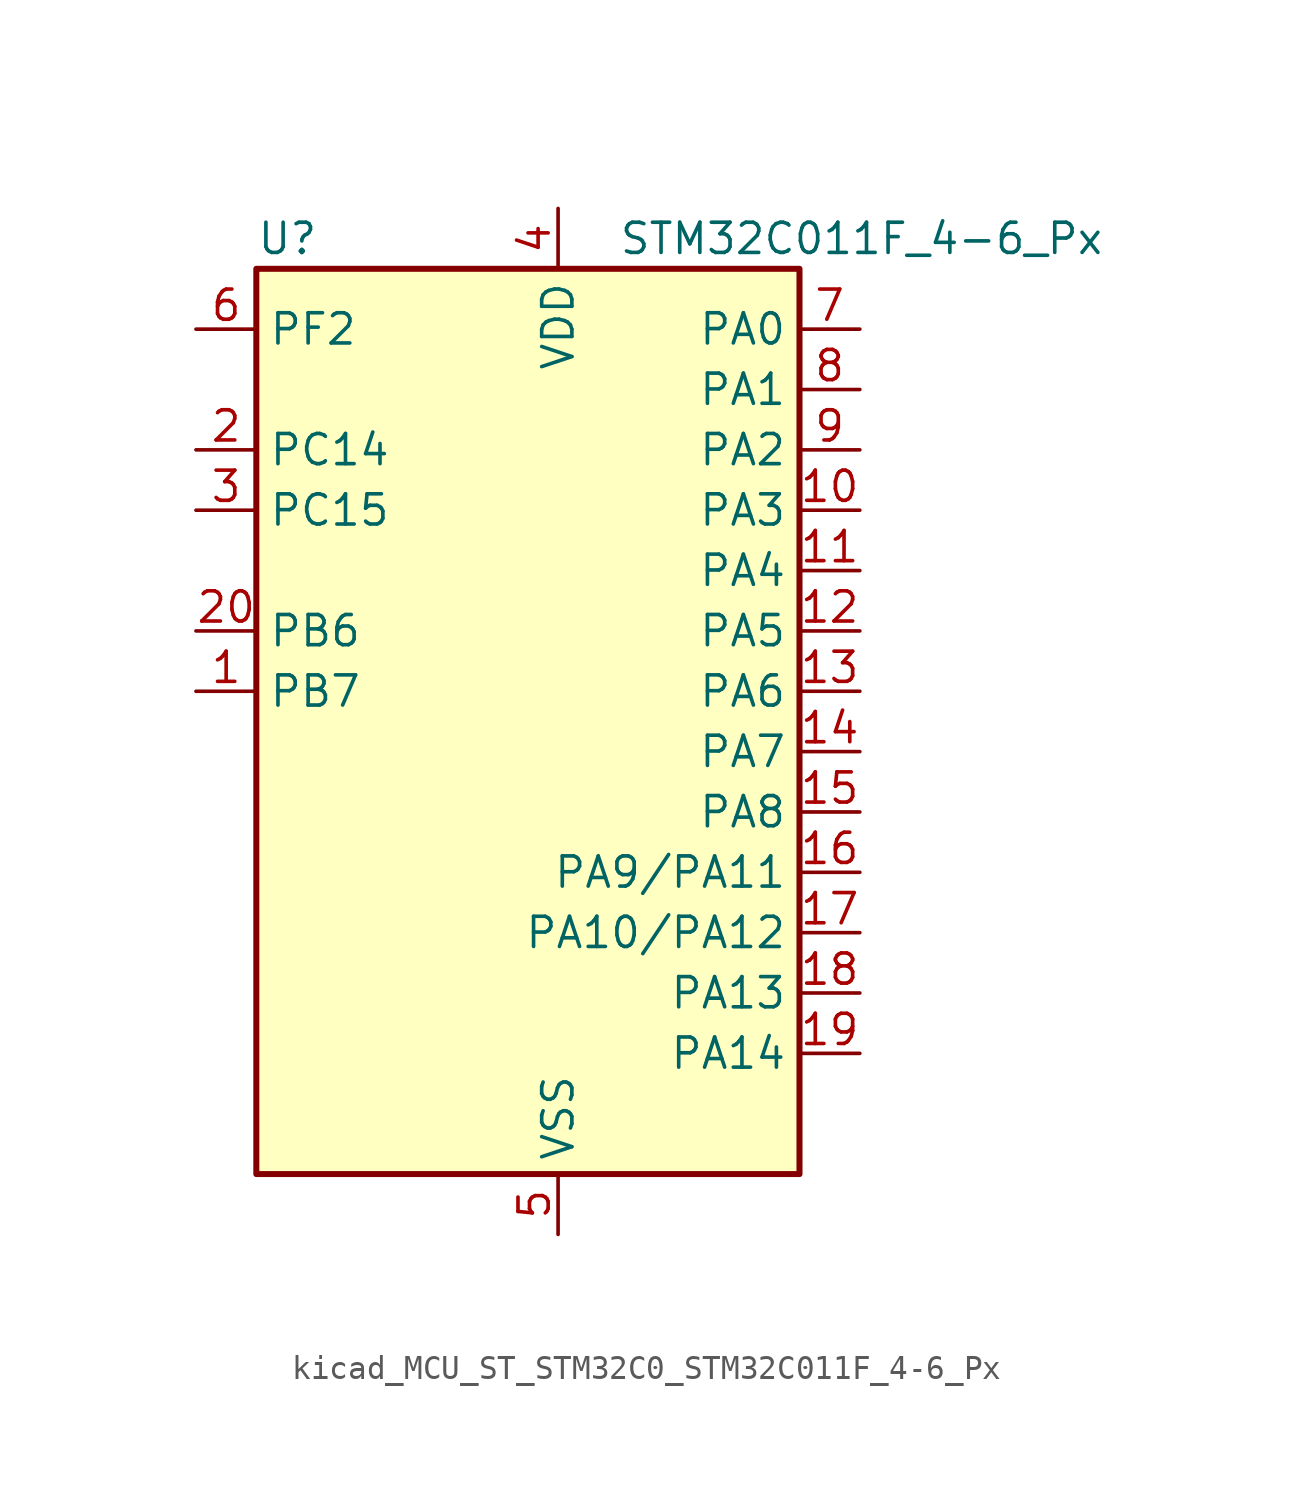
<source format=kicad_sym>
(kicad_symbol_lib
  (version 20220914)
  (generator kicad_symbol_editor)
  (symbol "kicad_MCU_ST_STM32C0_STM32C011F_4-6_Px"
    (property "Reference" "U"
      (at -10.16 21.59 0)
      (effects (font (size 1.27 1.27)) (justify left)))
    (property "Value" "STM32C011F_4-6_Px"
      (at 5.08 21.59 0)
      (effects (font (size 1.27 1.27)) (justify left)))
    (property "ki_locked" ""
      (at 0 0 0)
      (effects (font (size 1.27 1.27))))
    (symbol "kicad_MCU_ST_STM32C0_STM32C011F_4-6_Px_0_1"
      (rectangle (start -10.16 -17.78) (end 12.7 20.32) (stroke (width 0.254) (type default)) (fill (type background))))
    (symbol "kicad_MCU_ST_STM32C0_STM32C011F_4-6_Px_1_1"
      (pin bidirectional line (at -12.7 2.54 0) (length 2.54) (name "PB7" (effects (font (size 1.27 1.27)))) (number "1" (effects (font (size 1.27 1.27)))) (alternate "I2C1_SCL" bidirectional line) (alternate "I2C1_SDA" bidirectional line) (alternate "RTC_REFIN" bidirectional line) (alternate "TIM16_CH1" bidirectional line) (alternate "TIM17_CH1N" bidirectional line) (alternate "TIM1_CH4" bidirectional line) (alternate "TIM3_CH1" bidirectional line) (alternate "TIM3_CH4" bidirectional line) (alternate "USART1_RX" bidirectional line) (alternate "USART2_CTS" bidirectional line) (alternate "USART2_NSS" bidirectional line))
      (pin bidirectional line (at 15.24 10.16 180) (length 2.54) (name "PA3" (effects (font (size 1.27 1.27)))) (number "10" (effects (font (size 1.27 1.27)))) (alternate "ADC1_IN3" bidirectional line) (alternate "TIM1_CH1N" bidirectional line) (alternate "TIM1_CH4" bidirectional line) (alternate "USART2_RX" bidirectional line))
      (pin bidirectional line (at 15.24 7.62 180) (length 2.54) (name "PA4" (effects (font (size 1.27 1.27)))) (number "11" (effects (font (size 1.27 1.27)))) (alternate "ADC1_IN4" bidirectional line) (alternate "I2S1_WS" bidirectional line) (alternate "PWR_WKUP2" bidirectional line) (alternate "RTC_OUT1" bidirectional line) (alternate "RTC_TS" bidirectional line) (alternate "SPI1_NSS" bidirectional line) (alternate "TIM14_CH1" bidirectional line) (alternate "TIM17_CH1N" bidirectional line) (alternate "TIM1_CH2N" bidirectional line) (alternate "USART2_TX" bidirectional line))
      (pin bidirectional line (at 15.24 5.08 180) (length 2.54) (name "PA5" (effects (font (size 1.27 1.27)))) (number "12" (effects (font (size 1.27 1.27)))) (alternate "ADC1_IN5" bidirectional line) (alternate "I2S1_CK" bidirectional line) (alternate "SPI1_SCK" bidirectional line) (alternate "TIM1_CH1" bidirectional line) (alternate "TIM1_CH3N" bidirectional line) (alternate "USART2_RX" bidirectional line))
      (pin bidirectional line (at 15.24 2.54 180) (length 2.54) (name "PA6" (effects (font (size 1.27 1.27)))) (number "13" (effects (font (size 1.27 1.27)))) (alternate "ADC1_IN6" bidirectional line) (alternate "I2S1_MCK" bidirectional line) (alternate "SPI1_MISO" bidirectional line) (alternate "TIM16_CH1" bidirectional line) (alternate "TIM1_BKIN" bidirectional line) (alternate "TIM3_CH1" bidirectional line))
      (pin bidirectional line (at 15.24 0 180) (length 2.54) (name "PA7" (effects (font (size 1.27 1.27)))) (number "14" (effects (font (size 1.27 1.27)))) (alternate "ADC1_IN7" bidirectional line) (alternate "I2S1_SD" bidirectional line) (alternate "SPI1_MOSI" bidirectional line) (alternate "TIM14_CH1" bidirectional line) (alternate "TIM17_CH1" bidirectional line) (alternate "TIM1_CH1N" bidirectional line) (alternate "TIM3_CH2" bidirectional line))
      (pin bidirectional line (at 15.24 -2.54 180) (length 2.54) (name "PA8" (effects (font (size 1.27 1.27)))) (number "15" (effects (font (size 1.27 1.27)))) (alternate "ADC1_IN8" bidirectional line) (alternate "I2S1_WS" bidirectional line) (alternate "RCC_MCO" bidirectional line) (alternate "RCC_MCO_2" bidirectional line) (alternate "SPI1_NSS" bidirectional line) (alternate "TIM14_CH1" bidirectional line) (alternate "TIM1_CH1" bidirectional line) (alternate "TIM1_CH2N" bidirectional line) (alternate "TIM1_CH3N" bidirectional line) (alternate "TIM3_CH3" bidirectional line) (alternate "TIM3_CH4" bidirectional line) (alternate "USART1_RX" bidirectional line) (alternate "USART2_TX" bidirectional line))
      (pin bidirectional line (at 15.24 -5.08 180) (length 2.54) (name "PA9/PA11" (effects (font (size 1.27 1.27)))) (number "16" (effects (font (size 1.27 1.27)))) (alternate "I2C1_SCL" bidirectional line) (alternate "RCC_MCO" bidirectional line) (alternate "TIM1_CH2" bidirectional line) (alternate "TIM3_ETR" bidirectional line) (alternate "USART1_TX" bidirectional line))
      (pin bidirectional line (at 15.24 -7.62 180) (length 2.54) (name "PA10/PA12" (effects (font (size 1.27 1.27)))) (number "17" (effects (font (size 1.27 1.27)))) (alternate "I2C1_SDA" bidirectional line) (alternate "RCC_MCO_2" bidirectional line) (alternate "TIM17_BKIN" bidirectional line) (alternate "TIM1_CH3" bidirectional line) (alternate "USART1_RX" bidirectional line))
      (pin bidirectional line (at 15.24 -10.16 180) (length 2.54) (name "PA13" (effects (font (size 1.27 1.27)))) (number "18" (effects (font (size 1.27 1.27)))) (alternate "ADC1_IN13" bidirectional line) (alternate "DEBUG_SWDIO" bidirectional line) (alternate "IR_OUT" bidirectional line) (alternate "TIM3_ETR" bidirectional line) (alternate "USART2_RX" bidirectional line))
      (pin bidirectional line (at 15.24 -12.7 180) (length 2.54) (name "PA14" (effects (font (size 1.27 1.27)))) (number "19" (effects (font (size 1.27 1.27)))) (alternate "ADC1_IN14" bidirectional line) (alternate "DEBUG_SWCLK" bidirectional line) (alternate "I2S1_WS" bidirectional line) (alternate "RCC_MCO_2" bidirectional line) (alternate "SPI1_NSS" bidirectional line) (alternate "TIM1_CH1" bidirectional line) (alternate "USART1_CK" bidirectional line) (alternate "USART1_DE" bidirectional line) (alternate "USART1_RTS" bidirectional line) (alternate "USART2_RX" bidirectional line) (alternate "USART2_TX" bidirectional line))
      (pin bidirectional line (at -12.7 12.7 0) (length 2.54) (name "PC14" (effects (font (size 1.27 1.27)))) (number "2" (effects (font (size 1.27 1.27)))) (alternate "I2C1_SDA" bidirectional line) (alternate "IR_OUT" bidirectional line) (alternate "RCC_OSCX_IN" bidirectional line) (alternate "TIM17_CH1" bidirectional line) (alternate "TIM1_BKIN2" bidirectional line) (alternate "TIM1_ETR" bidirectional line) (alternate "TIM3_CH2" bidirectional line) (alternate "USART1_TX" bidirectional line) (alternate "USART2_CK" bidirectional line) (alternate "USART2_DE" bidirectional line) (alternate "USART2_RTS" bidirectional line))
      (pin bidirectional line (at -12.7 5.08 0) (length 2.54) (name "PB6" (effects (font (size 1.27 1.27)))) (number "20" (effects (font (size 1.27 1.27)))) (alternate "I2C1_SCL" bidirectional line) (alternate "I2C1_SMBA" bidirectional line) (alternate "I2S1_CK" bidirectional line) (alternate "I2S1_MCK" bidirectional line) (alternate "I2S1_SD" bidirectional line) (alternate "PWR_WKUP3" bidirectional line) (alternate "SPI1_MISO" bidirectional line) (alternate "SPI1_MOSI" bidirectional line) (alternate "SPI1_SCK" bidirectional line) (alternate "TIM16_BKIN" bidirectional line) (alternate "TIM16_CH1N" bidirectional line) (alternate "TIM17_BKIN" bidirectional line) (alternate "TIM1_CH2" bidirectional line) (alternate "TIM1_CH3" bidirectional line) (alternate "TIM3_CH1" bidirectional line) (alternate "TIM3_CH2" bidirectional line) (alternate "TIM3_CH3" bidirectional line) (alternate "USART1_CK" bidirectional line) (alternate "USART1_CTS" bidirectional line) (alternate "USART1_DE" bidirectional line) (alternate "USART1_NSS" bidirectional line) (alternate "USART1_RTS" bidirectional line) (alternate "USART1_TX" bidirectional line))
      (pin bidirectional line (at -12.7 10.16 0) (length 2.54) (name "PC15" (effects (font (size 1.27 1.27)))) (number "3" (effects (font (size 1.27 1.27)))) (alternate "RCC_OSC32_EN" bidirectional line) (alternate "RCC_OSCX_OUT" bidirectional line) (alternate "RCC_OSC_EN" bidirectional line) (alternate "TIM1_ETR" bidirectional line) (alternate "TIM3_CH3" bidirectional line))
      (pin power_in line (at 2.54 22.86 270) (length 2.54) (name "VDD" (effects (font (size 1.27 1.27)))) (number "4" (effects (font (size 1.27 1.27)))))
      (pin power_in line (at 2.54 -20.32 90) (length 2.54) (name "VSS" (effects (font (size 1.27 1.27)))) (number "5" (effects (font (size 1.27 1.27)))))
      (pin bidirectional line (at -12.7 17.78 0) (length 2.54) (name "PF2" (effects (font (size 1.27 1.27)))) (number "6" (effects (font (size 1.27 1.27)))) (alternate "RCC_MCO" bidirectional line) (alternate "TIM1_CH4" bidirectional line))
      (pin bidirectional line (at 15.24 17.78 180) (length 2.54) (name "PA0" (effects (font (size 1.27 1.27)))) (number "7" (effects (font (size 1.27 1.27)))) (alternate "ADC1_IN0" bidirectional line) (alternate "PWR_WKUP1" bidirectional line) (alternate "TIM16_CH1" bidirectional line) (alternate "TIM1_CH1" bidirectional line) (alternate "USART1_TX" bidirectional line) (alternate "USART2_CTS" bidirectional line) (alternate "USART2_NSS" bidirectional line))
      (pin bidirectional line (at 15.24 15.24 180) (length 2.54) (name "PA1" (effects (font (size 1.27 1.27)))) (number "8" (effects (font (size 1.27 1.27)))) (alternate "ADC1_IN1" bidirectional line) (alternate "I2C1_SMBA" bidirectional line) (alternate "I2S1_CK" bidirectional line) (alternate "SPI1_SCK" bidirectional line) (alternate "TIM17_CH1" bidirectional line) (alternate "TIM1_CH2" bidirectional line) (alternate "USART1_RX" bidirectional line) (alternate "USART2_CK" bidirectional line) (alternate "USART2_DE" bidirectional line) (alternate "USART2_RTS" bidirectional line))
      (pin bidirectional line (at 15.24 12.7 180) (length 2.54) (name "PA2" (effects (font (size 1.27 1.27)))) (number "9" (effects (font (size 1.27 1.27)))) (alternate "ADC1_IN2" bidirectional line) (alternate "I2S1_SD" bidirectional line) (alternate "PWR_WKUP4" bidirectional line) (alternate "RCC_LSCO" bidirectional line) (alternate "SPI1_MOSI" bidirectional line) (alternate "TIM16_CH1N" bidirectional line) (alternate "TIM1_CH3" bidirectional line) (alternate "TIM3_ETR" bidirectional line) (alternate "USART2_TX" bidirectional line)))))
</source>
